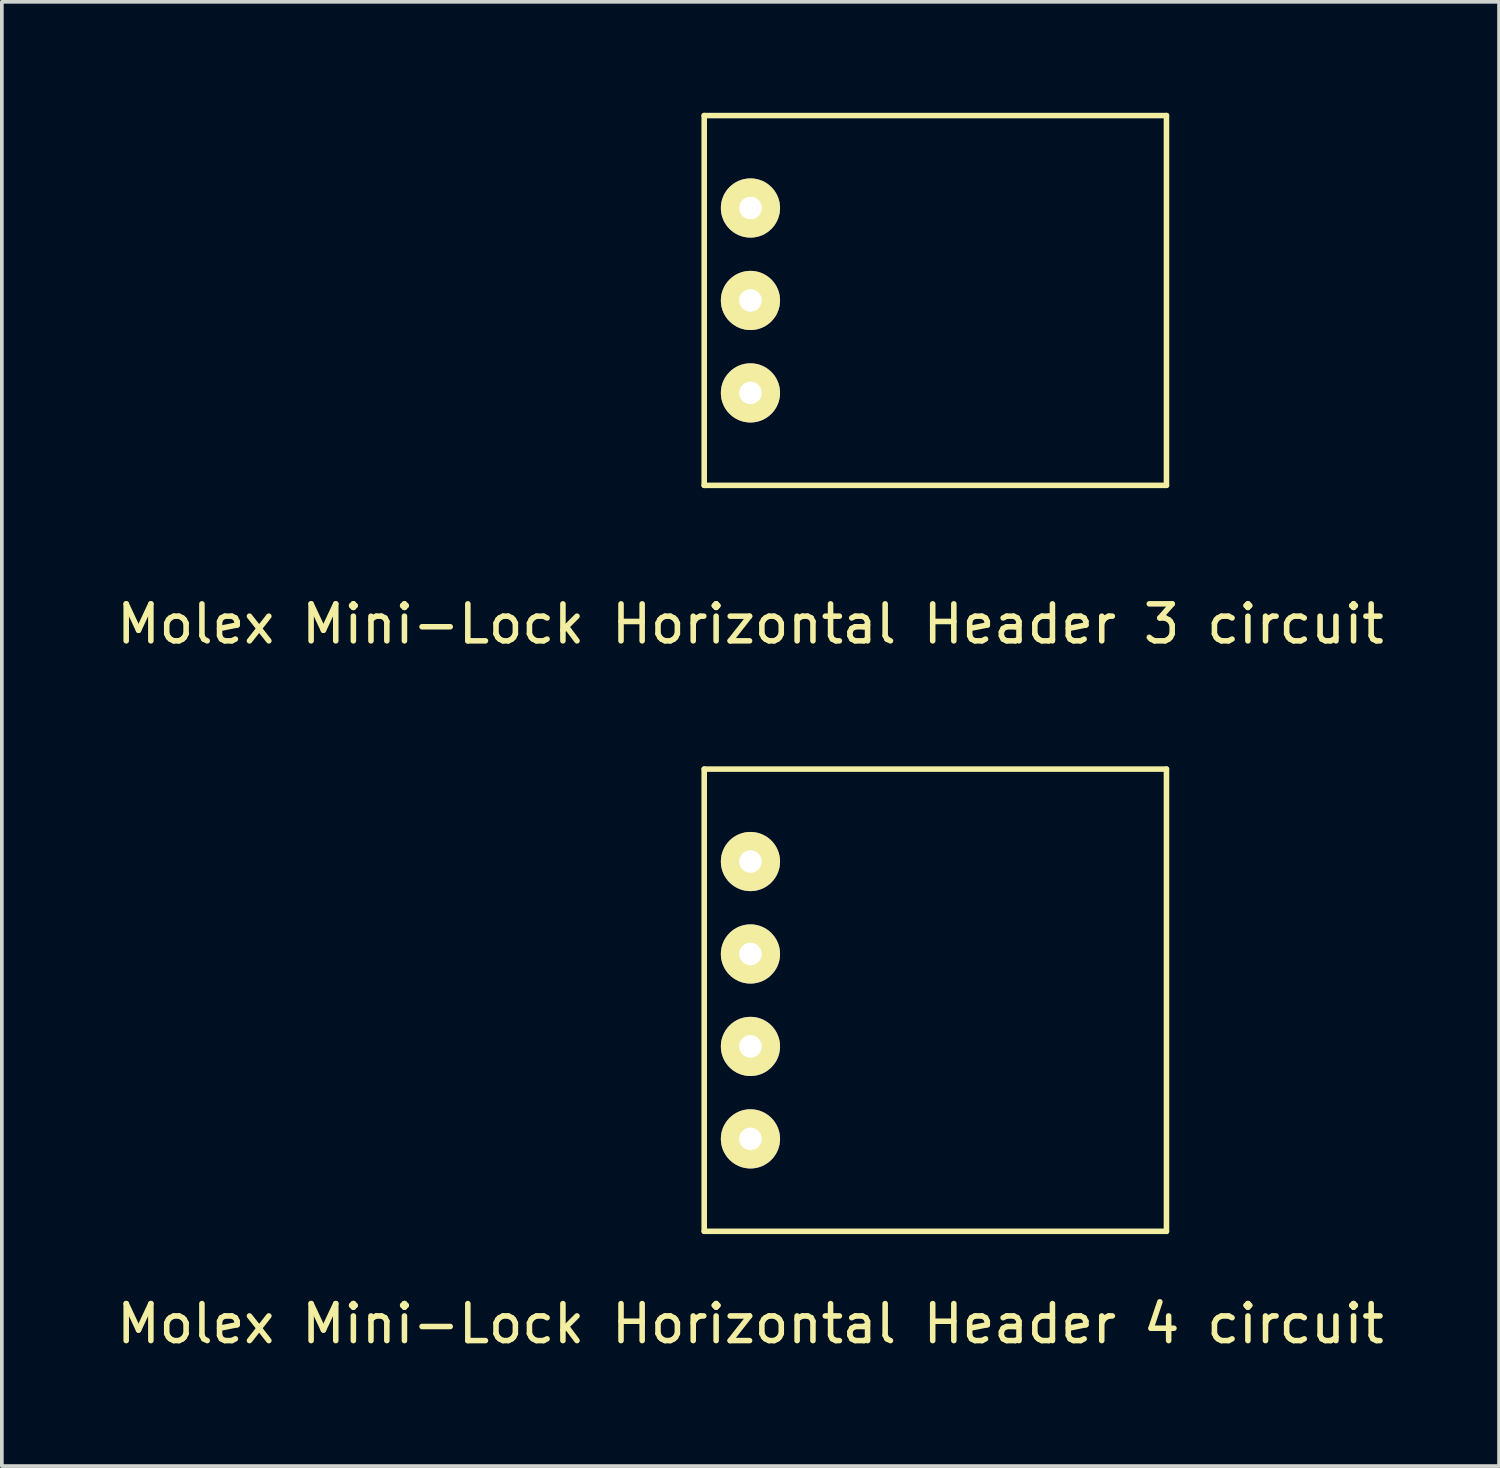
<source format=kicad_pcb>
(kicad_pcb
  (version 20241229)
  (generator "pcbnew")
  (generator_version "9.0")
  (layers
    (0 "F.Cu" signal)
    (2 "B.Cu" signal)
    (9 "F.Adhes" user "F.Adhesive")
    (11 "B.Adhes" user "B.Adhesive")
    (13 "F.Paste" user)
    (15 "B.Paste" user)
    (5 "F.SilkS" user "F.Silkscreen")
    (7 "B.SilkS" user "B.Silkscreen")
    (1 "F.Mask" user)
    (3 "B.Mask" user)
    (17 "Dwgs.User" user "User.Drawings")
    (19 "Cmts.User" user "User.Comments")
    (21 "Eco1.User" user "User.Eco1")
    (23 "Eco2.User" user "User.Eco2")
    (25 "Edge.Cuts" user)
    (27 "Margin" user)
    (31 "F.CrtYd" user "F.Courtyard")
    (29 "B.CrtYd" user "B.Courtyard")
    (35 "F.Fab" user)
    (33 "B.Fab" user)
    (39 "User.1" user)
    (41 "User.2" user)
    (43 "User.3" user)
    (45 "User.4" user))
  (footprint "Molex Mini-Lock Horizontal Header 4 circuit"
    (layer "F.Cu")
    (at 17.244 23.998)
    (property "Reference" "Molex Mini-Lock Horizontal Header 4 circuit" (at 0 8.75 0) (layer "F.SilkS") (effects (font (size 1 1) (thickness 0.15))))
    (attr through_hole)
    (fp_line (start -1.25 -6.25) (end -1.25 6.25) (stroke (width 0.15) (type solid)) (layer "F.SilkS"))
    (fp_line (start -1.25 -6.25) (end 11.25 -6.25) (stroke (width 0.15) (type solid)) (layer "F.SilkS"))
    (fp_line (start 11.25 -6.25) (end 11.25 6.25) (stroke (width 0.15) (type solid)) (layer "F.SilkS"))
    (fp_line (start 11.25 6.25) (end -1.25 6.25) (stroke (width 0.15) (type solid)) (layer "F.SilkS"))
    (pad "1" thru_hole circle (at 0 -3.75) (size 1.6 1.6) (drill 0.61) (layers "*.Cu" "*.Mask" "F.SilkS"))
    (pad "2" thru_hole circle (at 0 -1.25) (size 1.6 1.6) (drill 0.61) (layers "*.Cu" "*.Mask" "F.SilkS"))
    (pad "3" thru_hole circle (at 0 1.25) (size 1.6 1.6) (drill 0.61) (layers "*.Cu" "*.Mask" "F.SilkS"))
    (pad "4" thru_hole circle (at 0 3.75) (size 1.6 1.6) (drill 0.61) (layers "*.Cu" "*.Mask" "F.SilkS")))
  (footprint "Molex Mini-Lock Horizontal Header 3 circuit"
    (layer "F.Cu")
    (at 17.244 5.075)
    (property "Reference" "Molex Mini-Lock Horizontal Header 3 circuit" (at 0 8.75 0) (layer "F.SilkS") (effects (font (size 1 1) (thickness 0.15))))
    (attr through_hole)
    (fp_line (start -1.25 -5) (end -1.25 5) (stroke (width 0.15) (type solid)) (layer "F.SilkS"))
    (fp_line (start -1.25 -5) (end 11.25 -5) (stroke (width 0.15) (type solid)) (layer "F.SilkS"))
    (fp_line (start 11.25 -5) (end 11.25 5) (stroke (width 0.15) (type solid)) (layer "F.SilkS"))
    (fp_line (start 11.25 5) (end -1.25 5) (stroke (width 0.15) (type solid)) (layer "F.SilkS"))
    (pad "1" thru_hole circle (at 0 -2.5) (size 1.6 1.6) (drill 0.61) (layers "*.Cu" "*.Mask" "F.SilkS"))
    (pad "2" thru_hole circle (at 0 0) (size 1.6 1.6) (drill 0.61) (layers "*.Cu" "*.Mask" "F.SilkS"))
    (pad "3" thru_hole circle (at 0 2.5) (size 1.6 1.6) (drill 0.61) (layers "*.Cu" "*.Mask" "F.SilkS")))
  (gr_rect
    (start -3 -3)
    (end 37.488 36.596)
    (stroke (width 0.1) (type default))
    (fill no)
    (layer "Edge.Cuts")))
</source>
